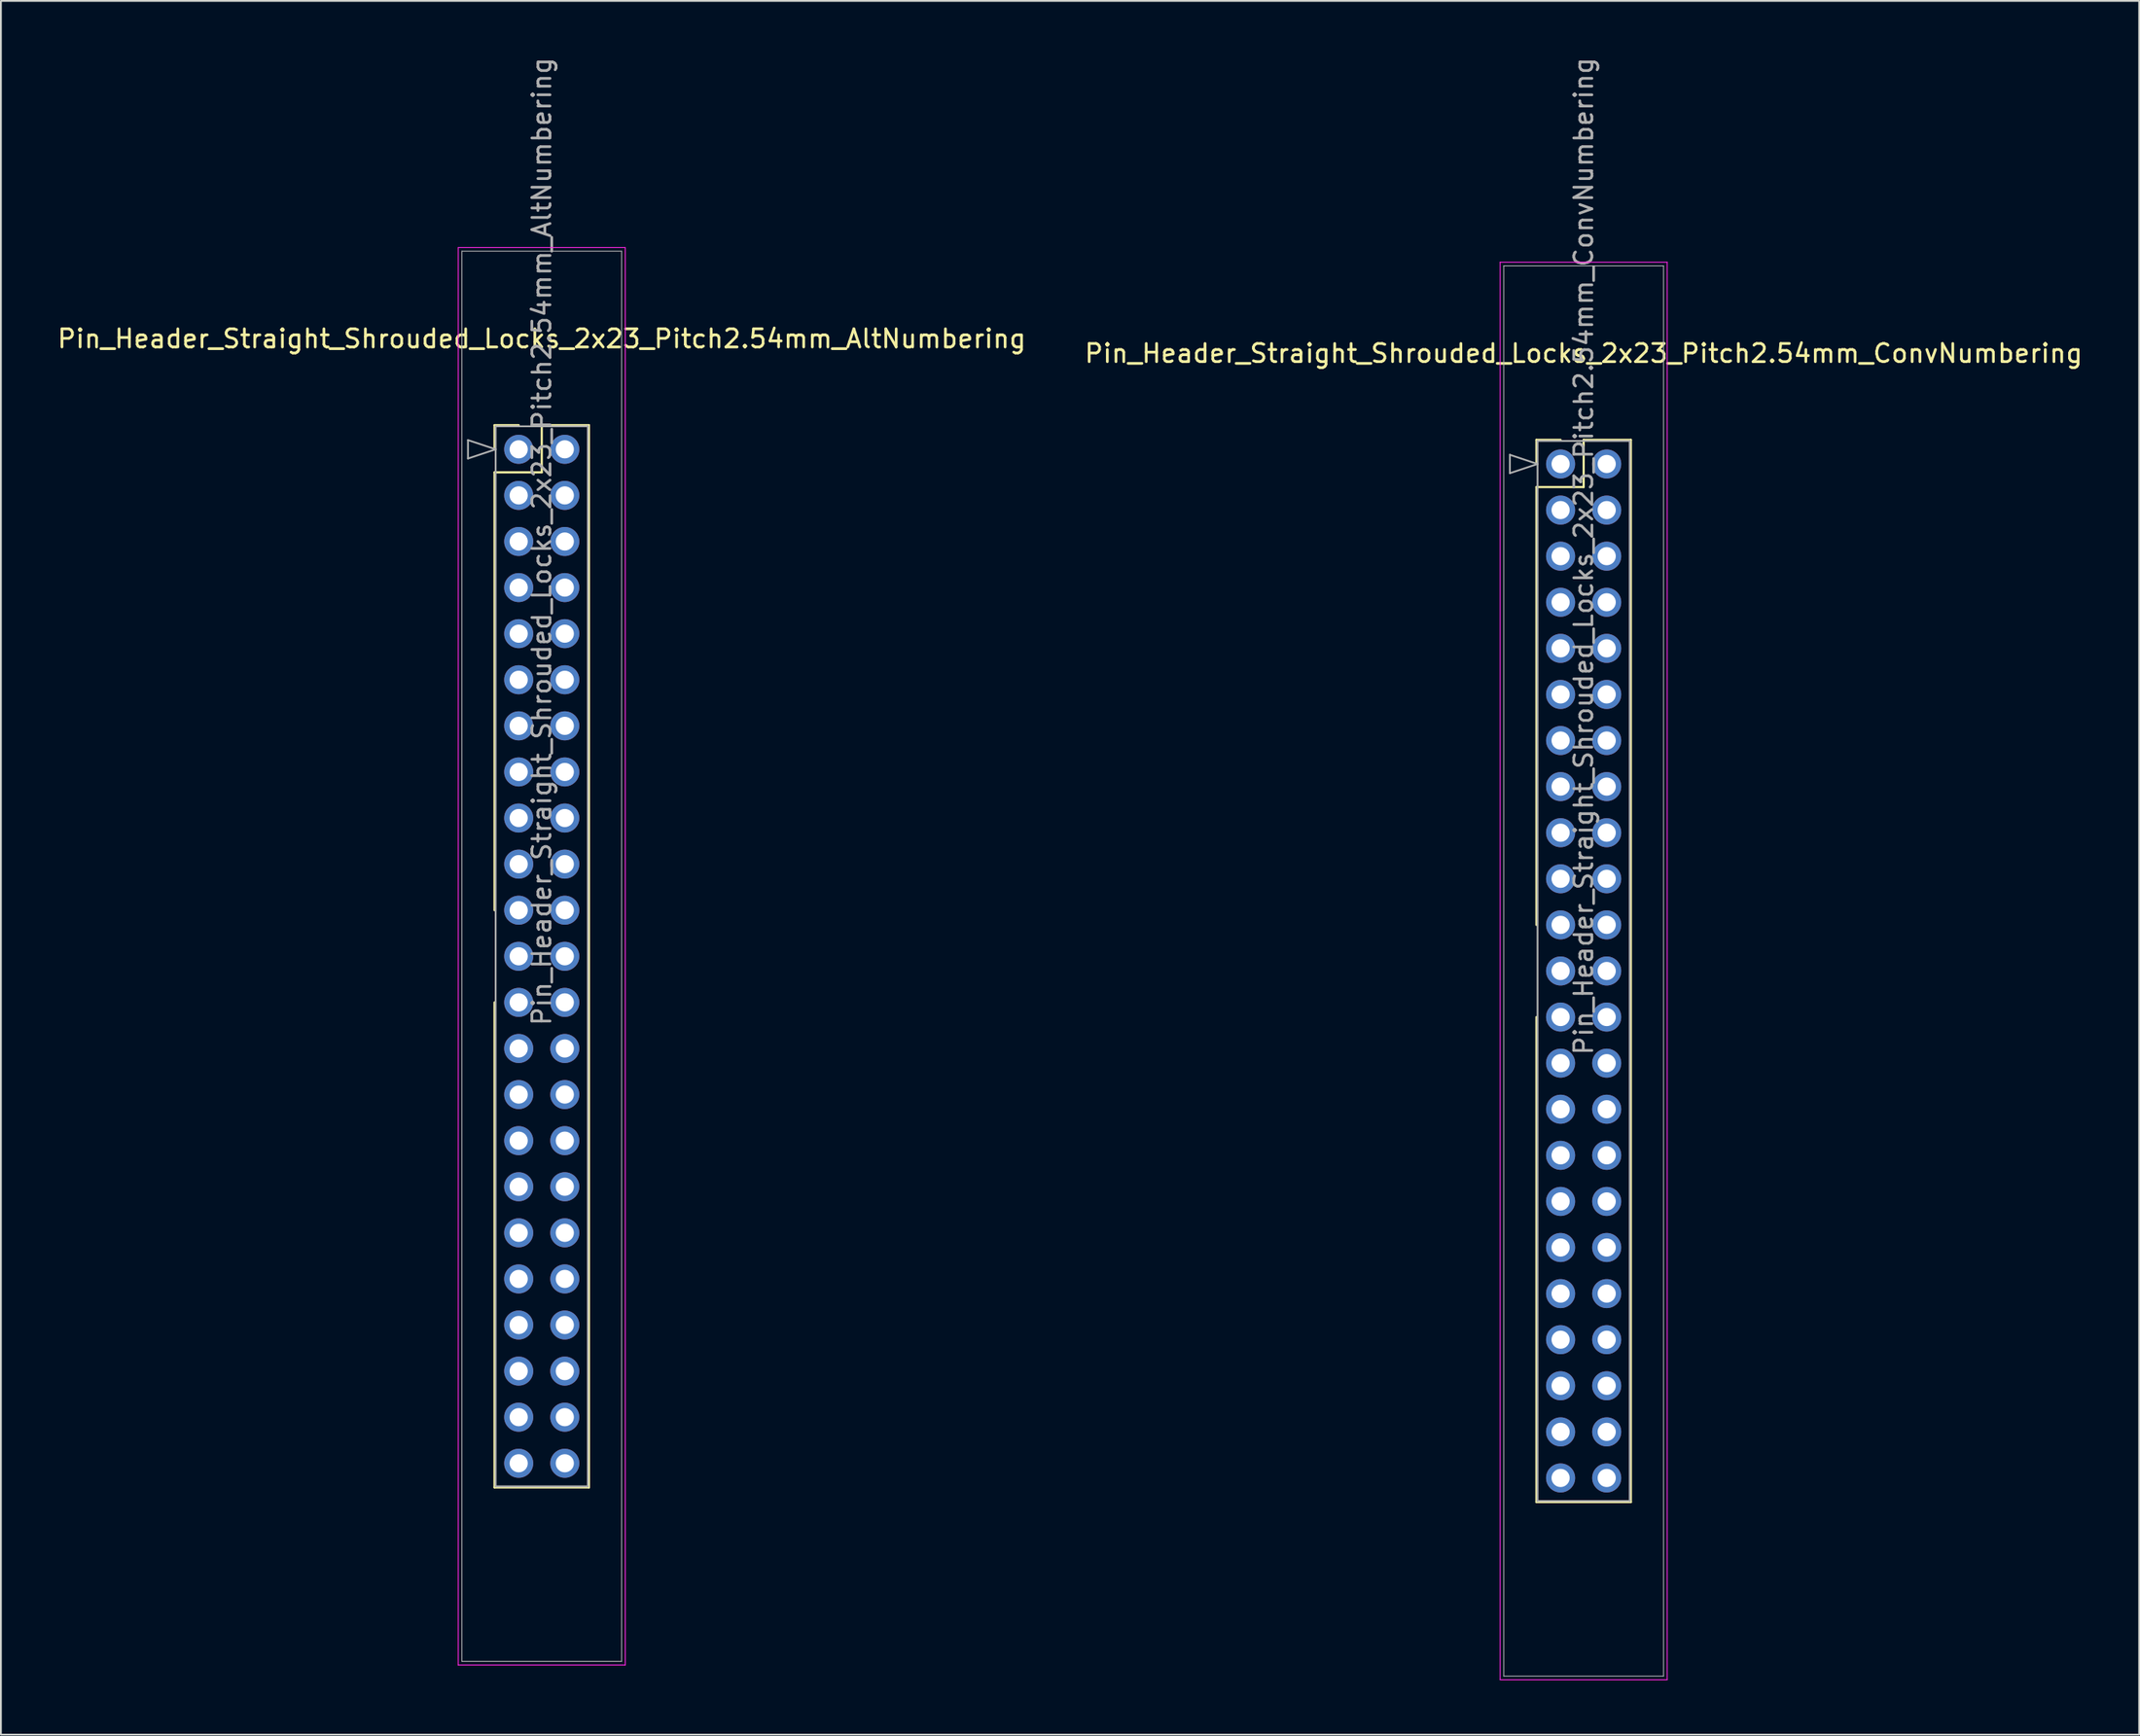
<source format=kicad_pcb>
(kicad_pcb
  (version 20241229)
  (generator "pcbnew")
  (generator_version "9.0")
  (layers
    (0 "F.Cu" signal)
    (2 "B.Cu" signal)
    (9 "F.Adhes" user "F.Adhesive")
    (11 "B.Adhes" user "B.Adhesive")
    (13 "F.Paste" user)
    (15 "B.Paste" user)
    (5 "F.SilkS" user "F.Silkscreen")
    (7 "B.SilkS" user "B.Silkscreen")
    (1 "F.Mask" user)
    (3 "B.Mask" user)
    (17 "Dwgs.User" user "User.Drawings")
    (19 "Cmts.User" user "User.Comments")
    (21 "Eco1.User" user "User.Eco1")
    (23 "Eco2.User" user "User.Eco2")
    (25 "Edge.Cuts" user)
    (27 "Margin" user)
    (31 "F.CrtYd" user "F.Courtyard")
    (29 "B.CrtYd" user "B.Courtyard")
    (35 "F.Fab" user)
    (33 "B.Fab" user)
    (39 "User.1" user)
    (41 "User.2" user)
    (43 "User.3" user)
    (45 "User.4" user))
  (footprint "Pin_Header_Straight_Shrouded_Locks_2x23_Pitch2.54mm_AltNumbering"
    (layer "F.Cu")
    (at 25.522 21.712)
    (property "Reference" "Pin_Header_Straight_Shrouded_Locks_2x23_Pitch2.54mm_AltNumbering" (at 1.27 -6.096 0) (layer "F.SilkS") (effects (font (size 1 1) (thickness 0.15))))
    (attr through_hole)
    (fp_line (start -1.33 -1.33) (end 0 -1.33) (stroke (width 0.12) (type solid)) (layer "F.SilkS"))
    (fp_line (start -1.33 0) (end -1.33 -1.33) (stroke (width 0.12) (type solid)) (layer "F.SilkS"))
    (fp_line (start -1.33 1.27) (end -1.33 25.4) (stroke (width 0.12) (type solid)) (layer "F.SilkS"))
    (fp_line (start -1.33 1.27) (end 1.27 1.27) (stroke (width 0.12) (type solid)) (layer "F.SilkS"))
    (fp_line (start -1.33 30.48) (end -1.33 57.21) (stroke (width 0.12) (type solid)) (layer "F.SilkS"))
    (fp_line (start -1.33 57.21) (end 3.87 57.21) (stroke (width 0.12) (type solid)) (layer "F.SilkS"))
    (fp_line (start 1.27 -1.33) (end 3.87 -1.33) (stroke (width 0.12) (type solid)) (layer "F.SilkS"))
    (fp_line (start 1.27 1.27) (end 1.27 -1.33) (stroke (width 0.12) (type solid)) (layer "F.SilkS"))
    (fp_line (start 3.87 -1.33) (end 3.87 57.21) (stroke (width 0.12) (type solid)) (layer "F.SilkS"))
    (fp_line (start -3.33 -11.12) (end -3.33 67) (stroke (width 0.05) (type solid)) (layer "F.CrtYd"))
    (fp_line (start -3.33 67) (end 5.87 67) (stroke (width 0.05) (type solid)) (layer "F.CrtYd"))
    (fp_line (start 5.87 -11.12) (end -3.33 -11.12) (stroke (width 0.05) (type solid)) (layer "F.CrtYd"))
    (fp_line (start 5.87 67) (end 5.87 -11.12) (stroke (width 0.05) (type solid)) (layer "F.CrtYd"))
    (fp_line (start -3.13 -10.92) (end -3.13 66.8) (stroke (width 0.05) (type solid)) (layer "F.Fab"))
    (fp_line (start -3.13 66.8) (end 5.67 66.8) (stroke (width 0.05) (type solid)) (layer "F.Fab"))
    (fp_line (start -2.794 -0.508) (end -1.27 0) (stroke (width 0.1) (type solid)) (layer "F.Fab"))
    (fp_line (start -2.794 0.508) (end -2.794 -0.508) (stroke (width 0.1) (type solid)) (layer "F.Fab"))
    (fp_line (start -1.27 -1.27) (end -1.27 57.15) (stroke (width 0.1) (type solid)) (layer "F.Fab"))
    (fp_line (start -1.27 0) (end -2.794 0.508) (stroke (width 0.1) (type solid)) (layer "F.Fab"))
    (fp_line (start -1.27 57.15) (end 3.81 57.15) (stroke (width 0.1) (type solid)) (layer "F.Fab"))
    (fp_line (start 3.81 -1.27) (end -1.27 -1.27) (stroke (width 0.1) (type solid)) (layer "F.Fab"))
    (fp_line (start 3.81 57.15) (end 3.81 -1.27) (stroke (width 0.1) (type solid)) (layer "F.Fab"))
    (fp_line (start 5.67 -10.92) (end -3.13 -10.92) (stroke (width 0.05) (type solid)) (layer "F.Fab"))
    (fp_line (start 5.67 66.8) (end 5.67 -10.92) (stroke (width 0.05) (type solid)) (layer "F.Fab"))
    (fp_text user "${REFERENCE}" (at 1.27 5.08 90) (layer "F.Fab") (effects (font (size 1 1) (thickness 0.15))))
    (pad "1" thru_hole oval (at 0 0) (size 1.6 1.6) (drill 1) (layers "*.Cu" "*.Mask"))
    (pad "2" thru_hole oval (at 0 2.54) (size 1.6 1.6) (drill 1) (layers "*.Cu" "*.Mask"))
    (pad "3" thru_hole oval (at 0 5.08) (size 1.6 1.6) (drill 1) (layers "*.Cu" "*.Mask"))
    (pad "4" thru_hole oval (at 0 7.62) (size 1.6 1.6) (drill 1) (layers "*.Cu" "*.Mask"))
    (pad "5" thru_hole oval (at 0 10.16) (size 1.6 1.6) (drill 1) (layers "*.Cu" "*.Mask"))
    (pad "6" thru_hole oval (at 0 12.7) (size 1.6 1.6) (drill 1) (layers "*.Cu" "*.Mask"))
    (pad "7" thru_hole oval (at 0 15.24) (size 1.6 1.6) (drill 1) (layers "*.Cu" "*.Mask"))
    (pad "8" thru_hole oval (at 0 17.78) (size 1.6 1.6) (drill 1) (layers "*.Cu" "*.Mask"))
    (pad "9" thru_hole oval (at 0 20.32) (size 1.6 1.6) (drill 1) (layers "*.Cu" "*.Mask"))
    (pad "10" thru_hole oval (at 0 22.86) (size 1.6 1.6) (drill 1) (layers "*.Cu" "*.Mask"))
    (pad "11" thru_hole oval (at 0 25.4) (size 1.6 1.6) (drill 1) (layers "*.Cu" "*.Mask"))
    (pad "12" thru_hole oval (at 0 27.94) (size 1.6 1.6) (drill 1) (layers "*.Cu" "*.Mask"))
    (pad "13" thru_hole oval (at 0 30.48) (size 1.6 1.6) (drill 1) (layers "*.Cu" "*.Mask"))
    (pad "14" thru_hole oval (at 0 33.02) (size 1.6 1.6) (drill 1) (layers "*.Cu" "*.Mask"))
    (pad "15" thru_hole oval (at 0 35.56) (size 1.6 1.6) (drill 1) (layers "*.Cu" "*.Mask"))
    (pad "16" thru_hole oval (at 0 38.1) (size 1.6 1.6) (drill 1) (layers "*.Cu" "*.Mask"))
    (pad "17" thru_hole oval (at 0 40.64) (size 1.6 1.6) (drill 1) (layers "*.Cu" "*.Mask"))
    (pad "18" thru_hole oval (at 0 43.18) (size 1.6 1.6) (drill 1) (layers "*.Cu" "*.Mask"))
    (pad "19" thru_hole oval (at 0 45.72) (size 1.6 1.6) (drill 1) (layers "*.Cu" "*.Mask"))
    (pad "20" thru_hole oval (at 0 48.26) (size 1.6 1.6) (drill 1) (layers "*.Cu" "*.Mask"))
    (pad "21" thru_hole oval (at 0 50.8) (size 1.6 1.6) (drill 1) (layers "*.Cu" "*.Mask"))
    (pad "22" thru_hole oval (at 0 53.34) (size 1.6 1.6) (drill 1) (layers "*.Cu" "*.Mask"))
    (pad "23" thru_hole oval (at 0 55.88) (size 1.6 1.6) (drill 1) (layers "*.Cu" "*.Mask"))
    (pad "24" thru_hole oval (at 2.54 0) (size 1.6 1.6) (drill 1) (layers "*.Cu" "*.Mask"))
    (pad "25" thru_hole oval (at 2.54 2.54) (size 1.6 1.6) (drill 1) (layers "*.Cu" "*.Mask"))
    (pad "26" thru_hole oval (at 2.54 5.08) (size 1.6 1.6) (drill 1) (layers "*.Cu" "*.Mask"))
    (pad "27" thru_hole oval (at 2.54 7.62) (size 1.6 1.6) (drill 1) (layers "*.Cu" "*.Mask"))
    (pad "28" thru_hole oval (at 2.54 10.16) (size 1.6 1.6) (drill 1) (layers "*.Cu" "*.Mask"))
    (pad "29" thru_hole oval (at 2.54 12.7) (size 1.6 1.6) (drill 1) (layers "*.Cu" "*.Mask"))
    (pad "30" thru_hole oval (at 2.54 15.24) (size 1.6 1.6) (drill 1) (layers "*.Cu" "*.Mask"))
    (pad "31" thru_hole oval (at 2.54 17.78) (size 1.6 1.6) (drill 1) (layers "*.Cu" "*.Mask"))
    (pad "32" thru_hole oval (at 2.54 20.32) (size 1.6 1.6) (drill 1) (layers "*.Cu" "*.Mask"))
    (pad "33" thru_hole oval (at 2.54 22.86) (size 1.6 1.6) (drill 1) (layers "*.Cu" "*.Mask"))
    (pad "34" thru_hole oval (at 2.54 25.4) (size 1.6 1.6) (drill 1) (layers "*.Cu" "*.Mask"))
    (pad "35" thru_hole oval (at 2.54 27.94) (size 1.6 1.6) (drill 1) (layers "*.Cu" "*.Mask"))
    (pad "36" thru_hole oval (at 2.54 30.48) (size 1.6 1.6) (drill 1) (layers "*.Cu" "*.Mask"))
    (pad "37" thru_hole oval (at 2.54 33.02) (size 1.6 1.6) (drill 1) (layers "*.Cu" "*.Mask"))
    (pad "38" thru_hole oval (at 2.54 35.56) (size 1.6 1.6) (drill 1) (layers "*.Cu" "*.Mask"))
    (pad "39" thru_hole oval (at 2.54 38.1) (size 1.6 1.6) (drill 1) (layers "*.Cu" "*.Mask"))
    (pad "40" thru_hole oval (at 2.54 40.64) (size 1.6 1.6) (drill 1) (layers "*.Cu" "*.Mask"))
    (pad "41" thru_hole oval (at 2.54 43.18) (size 1.6 1.6) (drill 1) (layers "*.Cu" "*.Mask"))
    (pad "42" thru_hole oval (at 2.54 45.72) (size 1.6 1.6) (drill 1) (layers "*.Cu" "*.Mask"))
    (pad "43" thru_hole oval (at 2.54 48.26) (size 1.6 1.6) (drill 1) (layers "*.Cu" "*.Mask"))
    (pad "44" thru_hole oval (at 2.54 50.8) (size 1.6 1.6) (drill 1) (layers "*.Cu" "*.Mask"))
    (pad "45" thru_hole oval (at 2.54 53.34) (size 1.6 1.6) (drill 1) (layers "*.Cu" "*.Mask"))
    (pad "46" thru_hole oval (at 2.54 55.88) (size 1.6 1.6) (drill 1) (layers "*.Cu" "*.Mask")))
  (footprint "Pin_Header_Straight_Shrouded_Locks_2x23_Pitch2.54mm_ConvNumbering"
    (layer "F.Cu")
    (at 82.915 22.521)
    (property "Reference" "Pin_Header_Straight_Shrouded_Locks_2x23_Pitch2.54mm_ConvNumbering" (at 1.27 -6.096 0) (layer "F.SilkS") (effects (font (size 1 1) (thickness 0.15))))
    (attr through_hole)
    (fp_line (start -1.33 -1.33) (end 0 -1.33) (stroke (width 0.12) (type solid)) (layer "F.SilkS"))
    (fp_line (start -1.33 0) (end -1.33 -1.33) (stroke (width 0.12) (type solid)) (layer "F.SilkS"))
    (fp_line (start -1.33 1.27) (end -1.33 25.4) (stroke (width 0.12) (type solid)) (layer "F.SilkS"))
    (fp_line (start -1.33 1.27) (end 1.27 1.27) (stroke (width 0.12) (type solid)) (layer "F.SilkS"))
    (fp_line (start -1.33 30.48) (end -1.33 57.21) (stroke (width 0.12) (type solid)) (layer "F.SilkS"))
    (fp_line (start -1.33 57.21) (end 3.87 57.21) (stroke (width 0.12) (type solid)) (layer "F.SilkS"))
    (fp_line (start 1.27 -1.33) (end 3.87 -1.33) (stroke (width 0.12) (type solid)) (layer "F.SilkS"))
    (fp_line (start 1.27 1.27) (end 1.27 -1.33) (stroke (width 0.12) (type solid)) (layer "F.SilkS"))
    (fp_line (start 3.87 -1.33) (end 3.87 57.21) (stroke (width 0.12) (type solid)) (layer "F.SilkS"))
    (fp_line (start -3.33 -11.12) (end -3.33 67) (stroke (width 0.05) (type solid)) (layer "F.CrtYd"))
    (fp_line (start -3.33 67) (end 5.87 67) (stroke (width 0.05) (type solid)) (layer "F.CrtYd"))
    (fp_line (start 5.87 -11.12) (end -3.33 -11.12) (stroke (width 0.05) (type solid)) (layer "F.CrtYd"))
    (fp_line (start 5.87 67) (end 5.87 -11.12) (stroke (width 0.05) (type solid)) (layer "F.CrtYd"))
    (fp_line (start -3.13 -10.92) (end -3.13 66.8) (stroke (width 0.05) (type solid)) (layer "F.Fab"))
    (fp_line (start -3.13 66.8) (end 5.67 66.8) (stroke (width 0.05) (type solid)) (layer "F.Fab"))
    (fp_line (start -2.794 -0.508) (end -1.27 0) (stroke (width 0.1) (type solid)) (layer "F.Fab"))
    (fp_line (start -2.794 0.508) (end -2.794 -0.508) (stroke (width 0.1) (type solid)) (layer "F.Fab"))
    (fp_line (start -1.27 -1.27) (end -1.27 57.15) (stroke (width 0.1) (type solid)) (layer "F.Fab"))
    (fp_line (start -1.27 0) (end -2.794 0.508) (stroke (width 0.1) (type solid)) (layer "F.Fab"))
    (fp_line (start -1.27 57.15) (end 3.81 57.15) (stroke (width 0.1) (type solid)) (layer "F.Fab"))
    (fp_line (start 3.81 -1.27) (end -1.27 -1.27) (stroke (width 0.1) (type solid)) (layer "F.Fab"))
    (fp_line (start 3.81 57.15) (end 3.81 -1.27) (stroke (width 0.1) (type solid)) (layer "F.Fab"))
    (fp_line (start 5.67 -10.92) (end -3.13 -10.92) (stroke (width 0.05) (type solid)) (layer "F.Fab"))
    (fp_line (start 5.67 66.8) (end 5.67 -10.92) (stroke (width 0.05) (type solid)) (layer "F.Fab"))
    (fp_text user "${REFERENCE}" (at 1.27 5.08 90) (layer "F.Fab") (effects (font (size 1 1) (thickness 0.15))))
    (pad "1" thru_hole oval (at 0 0) (size 1.6 1.6) (drill 1) (layers "*.Cu" "*.Mask"))
    (pad "2" thru_hole oval (at 2.54 0) (size 1.6 1.6) (drill 1) (layers "*.Cu" "*.Mask"))
    (pad "3" thru_hole oval (at 0 2.54) (size 1.6 1.6) (drill 1) (layers "*.Cu" "*.Mask"))
    (pad "4" thru_hole oval (at 2.54 2.54) (size 1.6 1.6) (drill 1) (layers "*.Cu" "*.Mask"))
    (pad "5" thru_hole oval (at 0 5.08) (size 1.6 1.6) (drill 1) (layers "*.Cu" "*.Mask"))
    (pad "6" thru_hole oval (at 2.54 5.08) (size 1.6 1.6) (drill 1) (layers "*.Cu" "*.Mask"))
    (pad "7" thru_hole oval (at 0 7.62) (size 1.6 1.6) (drill 1) (layers "*.Cu" "*.Mask"))
    (pad "8" thru_hole oval (at 2.54 7.62) (size 1.6 1.6) (drill 1) (layers "*.Cu" "*.Mask"))
    (pad "9" thru_hole oval (at 0 10.16) (size 1.6 1.6) (drill 1) (layers "*.Cu" "*.Mask"))
    (pad "10" thru_hole oval (at 2.54 10.16) (size 1.6 1.6) (drill 1) (layers "*.Cu" "*.Mask"))
    (pad "11" thru_hole oval (at 0 12.7) (size 1.6 1.6) (drill 1) (layers "*.Cu" "*.Mask"))
    (pad "12" thru_hole oval (at 2.54 12.7) (size 1.6 1.6) (drill 1) (layers "*.Cu" "*.Mask"))
    (pad "13" thru_hole oval (at 0 15.24) (size 1.6 1.6) (drill 1) (layers "*.Cu" "*.Mask"))
    (pad "14" thru_hole oval (at 2.54 15.24) (size 1.6 1.6) (drill 1) (layers "*.Cu" "*.Mask"))
    (pad "15" thru_hole oval (at 0 17.78) (size 1.6 1.6) (drill 1) (layers "*.Cu" "*.Mask"))
    (pad "16" thru_hole oval (at 2.54 17.78) (size 1.6 1.6) (drill 1) (layers "*.Cu" "*.Mask"))
    (pad "17" thru_hole oval (at 0 20.32) (size 1.6 1.6) (drill 1) (layers "*.Cu" "*.Mask"))
    (pad "18" thru_hole oval (at 2.54 20.32) (size 1.6 1.6) (drill 1) (layers "*.Cu" "*.Mask"))
    (pad "19" thru_hole oval (at 0 22.86) (size 1.6 1.6) (drill 1) (layers "*.Cu" "*.Mask"))
    (pad "20" thru_hole oval (at 2.54 22.86) (size 1.6 1.6) (drill 1) (layers "*.Cu" "*.Mask"))
    (pad "21" thru_hole oval (at 0 25.4) (size 1.6 1.6) (drill 1) (layers "*.Cu" "*.Mask"))
    (pad "22" thru_hole oval (at 2.54 25.4) (size 1.6 1.6) (drill 1) (layers "*.Cu" "*.Mask"))
    (pad "23" thru_hole oval (at 0 27.94) (size 1.6 1.6) (drill 1) (layers "*.Cu" "*.Mask"))
    (pad "24" thru_hole oval (at 2.54 27.94) (size 1.6 1.6) (drill 1) (layers "*.Cu" "*.Mask"))
    (pad "25" thru_hole oval (at 0 30.48) (size 1.6 1.6) (drill 1) (layers "*.Cu" "*.Mask"))
    (pad "26" thru_hole oval (at 2.54 30.48) (size 1.6 1.6) (drill 1) (layers "*.Cu" "*.Mask"))
    (pad "27" thru_hole oval (at 0 33.02) (size 1.6 1.6) (drill 1) (layers "*.Cu" "*.Mask"))
    (pad "28" thru_hole oval (at 2.54 33.02) (size 1.6 1.6) (drill 1) (layers "*.Cu" "*.Mask"))
    (pad "29" thru_hole oval (at 0 35.56) (size 1.6 1.6) (drill 1) (layers "*.Cu" "*.Mask"))
    (pad "30" thru_hole oval (at 2.54 35.56) (size 1.6 1.6) (drill 1) (layers "*.Cu" "*.Mask"))
    (pad "31" thru_hole oval (at 0 38.1) (size 1.6 1.6) (drill 1) (layers "*.Cu" "*.Mask"))
    (pad "32" thru_hole oval (at 2.54 38.1) (size 1.6 1.6) (drill 1) (layers "*.Cu" "*.Mask"))
    (pad "33" thru_hole oval (at 0 40.64) (size 1.6 1.6) (drill 1) (layers "*.Cu" "*.Mask"))
    (pad "34" thru_hole oval (at 2.54 40.64) (size 1.6 1.6) (drill 1) (layers "*.Cu" "*.Mask"))
    (pad "35" thru_hole oval (at 0 43.18) (size 1.6 1.6) (drill 1) (layers "*.Cu" "*.Mask"))
    (pad "36" thru_hole oval (at 2.54 43.18) (size 1.6 1.6) (drill 1) (layers "*.Cu" "*.Mask"))
    (pad "37" thru_hole oval (at 0 45.72) (size 1.6 1.6) (drill 1) (layers "*.Cu" "*.Mask"))
    (pad "38" thru_hole oval (at 2.54 45.72) (size 1.6 1.6) (drill 1) (layers "*.Cu" "*.Mask"))
    (pad "39" thru_hole oval (at 0 48.26) (size 1.6 1.6) (drill 1) (layers "*.Cu" "*.Mask"))
    (pad "40" thru_hole oval (at 2.54 48.26) (size 1.6 1.6) (drill 1) (layers "*.Cu" "*.Mask"))
    (pad "41" thru_hole oval (at 0 50.8) (size 1.6 1.6) (drill 1) (layers "*.Cu" "*.Mask"))
    (pad "42" thru_hole oval (at 2.54 50.8) (size 1.6 1.6) (drill 1) (layers "*.Cu" "*.Mask"))
    (pad "43" thru_hole oval (at 0 53.34) (size 1.6 1.6) (drill 1) (layers "*.Cu" "*.Mask"))
    (pad "44" thru_hole oval (at 2.54 53.34) (size 1.6 1.6) (drill 1) (layers "*.Cu" "*.Mask"))
    (pad "45" thru_hole oval (at 0 55.88) (size 1.6 1.6) (drill 1) (layers "*.Cu" "*.Mask"))
    (pad "46" thru_hole oval (at 2.54 55.88) (size 1.6 1.6) (drill 1) (layers "*.Cu" "*.Mask")))
  (gr_rect
    (start -3 -3)
    (end 114.786 92.546)
    (stroke (width 0.1) (type default))
    (fill no)
    (layer "Edge.Cuts")))
</source>
